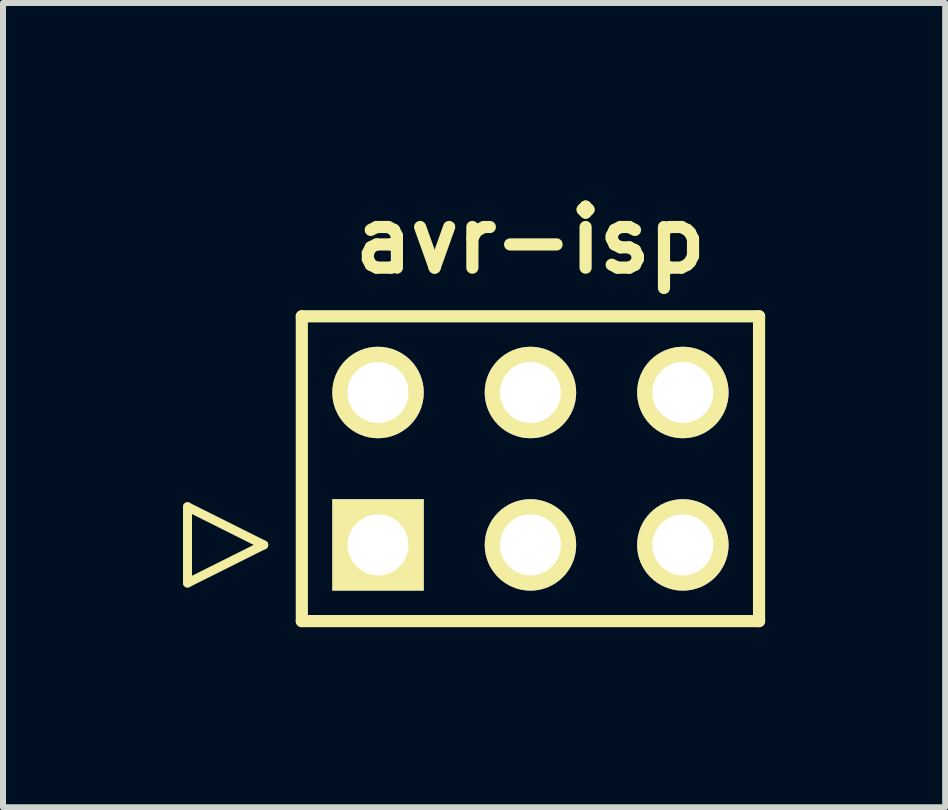
<source format=kicad_pcb>
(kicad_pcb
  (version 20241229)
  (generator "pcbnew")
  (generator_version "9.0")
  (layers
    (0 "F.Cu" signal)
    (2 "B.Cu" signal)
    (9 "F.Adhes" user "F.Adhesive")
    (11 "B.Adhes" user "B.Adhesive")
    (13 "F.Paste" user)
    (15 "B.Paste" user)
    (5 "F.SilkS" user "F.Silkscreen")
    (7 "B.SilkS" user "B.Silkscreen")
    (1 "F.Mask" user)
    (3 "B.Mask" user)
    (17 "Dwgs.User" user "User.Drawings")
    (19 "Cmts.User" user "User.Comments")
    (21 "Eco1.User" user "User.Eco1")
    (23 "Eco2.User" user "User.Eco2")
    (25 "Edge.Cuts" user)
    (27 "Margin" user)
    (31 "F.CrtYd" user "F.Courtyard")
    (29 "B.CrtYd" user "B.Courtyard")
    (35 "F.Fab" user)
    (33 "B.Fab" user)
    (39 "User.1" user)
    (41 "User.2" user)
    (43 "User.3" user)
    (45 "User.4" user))
  (footprint "avr-isp"
    (layer "F.Cu")
    (at 5.79 4.761)
    (property "Reference" "avr-isp" (at 0 -3.81 0) (layer "F.SilkS") (effects (font (size 1.016 1.016) (thickness 0.203))))
    (attr through_hole)
    (fp_line (start -5.715 0.635) (end -5.715 1.905) (stroke (width 0.15) (type solid)) (layer "F.SilkS"))
    (fp_line (start -5.715 1.905) (end -4.445 1.27) (stroke (width 0.15) (type solid)) (layer "F.SilkS"))
    (fp_line (start -4.445 1.27) (end -5.715 0.635) (stroke (width 0.15) (type solid)) (layer "F.SilkS"))
    (fp_line (start -3.81 -2.54) (end 3.81 -2.54) (stroke (width 0.203) (type solid)) (layer "F.SilkS"))
    (fp_line (start -3.81 2.54) (end -3.81 -2.54) (stroke (width 0.203) (type solid)) (layer "F.SilkS"))
    (fp_line (start 3.81 -2.54) (end 3.81 2.54) (stroke (width 0.203) (type solid)) (layer "F.SilkS"))
    (fp_line (start 3.81 2.54) (end -3.81 2.54) (stroke (width 0.203) (type solid)) (layer "F.SilkS"))
    (pad "1" thru_hole rect (at -2.54 1.27) (size 1.524 1.524) (drill 1.016) (layers "*.Cu" "*.Mask" "F.SilkS"))
    (pad "2" thru_hole circle (at -2.54 -1.27) (size 1.524 1.524) (drill 1.016) (layers "*.Cu" "*.Mask" "F.SilkS"))
    (pad "3" thru_hole circle (at 0 1.27) (size 1.524 1.524) (drill 1.016) (layers "*.Cu" "*.Mask" "F.SilkS"))
    (pad "4" thru_hole circle (at 0 -1.27) (size 1.524 1.524) (drill 1.016) (layers "*.Cu" "*.Mask" "F.SilkS"))
    (pad "5" thru_hole circle (at 2.54 1.27) (size 1.524 1.524) (drill 1.016) (layers "*.Cu" "*.Mask" "F.SilkS"))
    (pad "6" thru_hole circle (at 2.54 -1.27) (size 1.524 1.524) (drill 1.016) (layers "*.Cu" "*.Mask" "F.SilkS")))
  (gr_rect
    (start -3 -3)
    (end 12.702 10.403)
    (stroke (width 0.1) (type default))
    (fill no)
    (layer "Edge.Cuts")))
</source>
